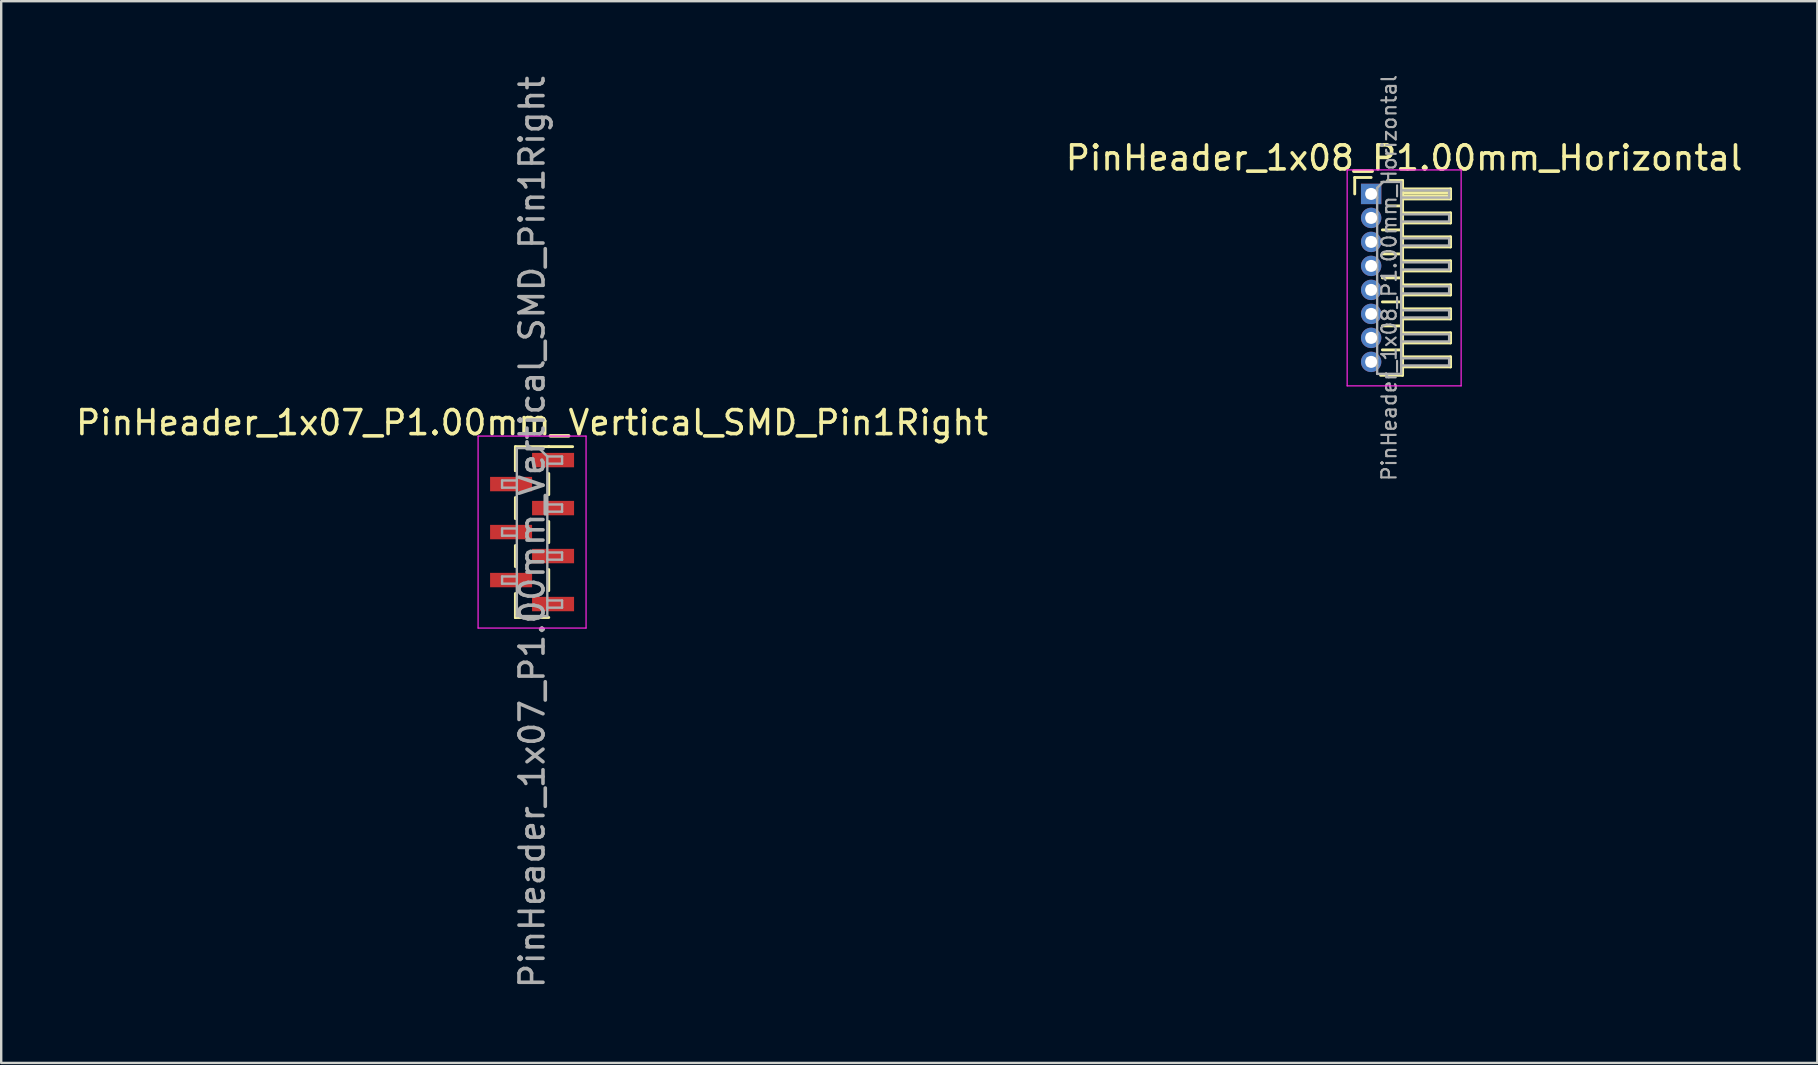
<source format=kicad_pcb>
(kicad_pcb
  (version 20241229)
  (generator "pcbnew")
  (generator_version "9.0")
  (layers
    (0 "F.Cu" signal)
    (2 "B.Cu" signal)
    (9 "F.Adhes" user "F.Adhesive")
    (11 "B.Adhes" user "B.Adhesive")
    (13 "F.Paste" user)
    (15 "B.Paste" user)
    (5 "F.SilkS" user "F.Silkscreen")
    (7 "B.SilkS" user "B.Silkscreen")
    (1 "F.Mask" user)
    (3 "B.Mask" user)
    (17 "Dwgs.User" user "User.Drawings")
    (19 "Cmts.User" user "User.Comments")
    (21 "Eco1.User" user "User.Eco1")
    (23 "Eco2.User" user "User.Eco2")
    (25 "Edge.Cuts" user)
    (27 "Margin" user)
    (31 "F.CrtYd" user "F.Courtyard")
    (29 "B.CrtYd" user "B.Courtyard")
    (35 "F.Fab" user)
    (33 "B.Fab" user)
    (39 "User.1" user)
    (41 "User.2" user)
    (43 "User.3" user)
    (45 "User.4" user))
  (footprint "PinHeader_1x07_P1.00mm_Vertical_SMD_Pin1Right"
    (layer "F.Cu")
    (at 19.125 19.125)
    (property "Reference" "PinHeader_1x07_P1.00mm_Vertical_SMD_Pin1Right" (at 0 -4.56 0) (layer "F.SilkS") (effects (font (size 1 1) (thickness 0.15))))
    (attr smd)
    (fp_line (start -0.695 -3.56) (end -0.695 -2.56) (stroke (width 0.12) (type solid)) (layer "F.SilkS"))
    (fp_line (start -0.695 -3.56) (end 0.695 -3.56) (stroke (width 0.12) (type solid)) (layer "F.SilkS"))
    (fp_line (start -0.695 -3.44) (end -0.695 -2.56) (stroke (width 0.12) (type solid)) (layer "F.SilkS"))
    (fp_line (start -0.695 -1.44) (end -0.695 -0.56) (stroke (width 0.12) (type solid)) (layer "F.SilkS"))
    (fp_line (start -0.695 0.56) (end -0.695 1.44) (stroke (width 0.12) (type solid)) (layer "F.SilkS"))
    (fp_line (start -0.695 2.56) (end -0.695 3.56) (stroke (width 0.12) (type solid)) (layer "F.SilkS"))
    (fp_line (start -0.695 3.56) (end -0.695 3.56) (stroke (width 0.12) (type solid)) (layer "F.SilkS"))
    (fp_line (start -0.695 3.56) (end 0.695 3.56) (stroke (width 0.12) (type solid)) (layer "F.SilkS"))
    (fp_line (start 0.695 -3.56) (end 0.695 -3.56) (stroke (width 0.12) (type solid)) (layer "F.SilkS"))
    (fp_line (start 0.695 -3.56) (end 1.69 -3.56) (stroke (width 0.12) (type solid)) (layer "F.SilkS"))
    (fp_line (start 0.695 -2.44) (end 0.695 -1.56) (stroke (width 0.12) (type solid)) (layer "F.SilkS"))
    (fp_line (start 0.695 -0.44) (end 0.695 0.44) (stroke (width 0.12) (type solid)) (layer "F.SilkS"))
    (fp_line (start 0.695 1.56) (end 0.695 2.44) (stroke (width 0.12) (type solid)) (layer "F.SilkS"))
    (fp_line (start -2.25 -4) (end -2.25 4) (stroke (width 0.05) (type solid)) (layer "F.CrtYd"))
    (fp_line (start -2.25 4) (end 2.25 4) (stroke (width 0.05) (type solid)) (layer "F.CrtYd"))
    (fp_line (start 2.25 -4) (end -2.25 -4) (stroke (width 0.05) (type solid)) (layer "F.CrtYd"))
    (fp_line (start 2.25 4) (end 2.25 -4) (stroke (width 0.05) (type solid)) (layer "F.CrtYd"))
    (fp_line (start -1.25 -2.15) (end -1.25 -1.85) (stroke (width 0.1) (type solid)) (layer "F.Fab"))
    (fp_line (start -1.25 -1.85) (end -0.635 -1.85) (stroke (width 0.1) (type solid)) (layer "F.Fab"))
    (fp_line (start -1.25 -0.15) (end -1.25 0.15) (stroke (width 0.1) (type solid)) (layer "F.Fab"))
    (fp_line (start -1.25 0.15) (end -0.635 0.15) (stroke (width 0.1) (type solid)) (layer "F.Fab"))
    (fp_line (start -1.25 1.85) (end -1.25 2.15) (stroke (width 0.1) (type solid)) (layer "F.Fab"))
    (fp_line (start -1.25 2.15) (end -0.635 2.15) (stroke (width 0.1) (type solid)) (layer "F.Fab"))
    (fp_line (start -0.635 -3.5) (end -0.635 3.5) (stroke (width 0.1) (type solid)) (layer "F.Fab"))
    (fp_line (start -0.635 -3.5) (end 0.285 -3.5) (stroke (width 0.1) (type solid)) (layer "F.Fab"))
    (fp_line (start -0.635 -2.15) (end -1.25 -2.15) (stroke (width 0.1) (type solid)) (layer "F.Fab"))
    (fp_line (start -0.635 -0.15) (end -1.25 -0.15) (stroke (width 0.1) (type solid)) (layer "F.Fab"))
    (fp_line (start -0.635 1.85) (end -1.25 1.85) (stroke (width 0.1) (type solid)) (layer "F.Fab"))
    (fp_line (start 0.635 -3.15) (end 0.285 -3.5) (stroke (width 0.1) (type solid)) (layer "F.Fab"))
    (fp_line (start 0.635 -3.15) (end 1.25 -3.15) (stroke (width 0.1) (type solid)) (layer "F.Fab"))
    (fp_line (start 0.635 -1.15) (end 1.25 -1.15) (stroke (width 0.1) (type solid)) (layer "F.Fab"))
    (fp_line (start 0.635 0.85) (end 1.25 0.85) (stroke (width 0.1) (type solid)) (layer "F.Fab"))
    (fp_line (start 0.635 2.85) (end 1.25 2.85) (stroke (width 0.1) (type solid)) (layer "F.Fab"))
    (fp_line (start 0.635 3.5) (end -0.635 3.5) (stroke (width 0.1) (type solid)) (layer "F.Fab"))
    (fp_line (start 0.635 3.5) (end 0.635 -3.15) (stroke (width 0.1) (type solid)) (layer "F.Fab"))
    (fp_line (start 1.25 -3.15) (end 1.25 -2.85) (stroke (width 0.1) (type solid)) (layer "F.Fab"))
    (fp_line (start 1.25 -2.85) (end 0.635 -2.85) (stroke (width 0.1) (type solid)) (layer "F.Fab"))
    (fp_line (start 1.25 -1.15) (end 1.25 -0.85) (stroke (width 0.1) (type solid)) (layer "F.Fab"))
    (fp_line (start 1.25 -0.85) (end 0.635 -0.85) (stroke (width 0.1) (type solid)) (layer "F.Fab"))
    (fp_line (start 1.25 0.85) (end 1.25 1.15) (stroke (width 0.1) (type solid)) (layer "F.Fab"))
    (fp_line (start 1.25 1.15) (end 0.635 1.15) (stroke (width 0.1) (type solid)) (layer "F.Fab"))
    (fp_line (start 1.25 2.85) (end 1.25 3.15) (stroke (width 0.1) (type solid)) (layer "F.Fab"))
    (fp_line (start 1.25 3.15) (end 0.635 3.15) (stroke (width 0.1) (type solid)) (layer "F.Fab"))
    (fp_text user "${REFERENCE}" (at 0 0 90) (layer "F.Fab") (effects (font (size 1 1) (thickness 0.15))))
    (pad "1" smd rect (at 0.875 -3) (size 1.75 0.6) (layers "F.Cu" "F.Mask" "F.Paste"))
    (pad "2" smd rect (at -0.875 -2) (size 1.75 0.6) (layers "F.Cu" "F.Mask" "F.Paste"))
    (pad "3" smd rect (at 0.875 -1) (size 1.75 0.6) (layers "F.Cu" "F.Mask" "F.Paste"))
    (pad "4" smd rect (at -0.875 0) (size 1.75 0.6) (layers "F.Cu" "F.Mask" "F.Paste"))
    (pad "5" smd rect (at 0.875 1) (size 1.75 0.6) (layers "F.Cu" "F.Mask" "F.Paste"))
    (pad "6" smd rect (at -0.875 2) (size 1.75 0.6) (layers "F.Cu" "F.Mask" "F.Paste"))
    (pad "7" smd rect (at 0.875 3) (size 1.75 0.6) (layers "F.Cu" "F.Mask" "F.Paste")))
  (footprint "PinHeader_1x08_P1.00mm_Horizontal"
    (layer "F.Cu")
    (at 54.095 5.032)
    (property "Reference" "PinHeader_1x08_P1.00mm_Horizontal" (at 1.375 -1.5 0) (layer "F.SilkS") (effects (font (size 1 1) (thickness 0.15))))
    (attr through_hole)
    (fp_line (start -0.685 -0.685) (end 0 -0.685) (stroke (width 0.12) (type solid)) (layer "F.SilkS"))
    (fp_line (start -0.685 0) (end -0.685 -0.685) (stroke (width 0.12) (type solid)) (layer "F.SilkS"))
    (fp_line (start 0.468 1.5) (end 1.31 1.5) (stroke (width 0.12) (type solid)) (layer "F.SilkS"))
    (fp_line (start 0.468 2.5) (end 1.31 2.5) (stroke (width 0.12) (type solid)) (layer "F.SilkS"))
    (fp_line (start 0.468 3.5) (end 1.31 3.5) (stroke (width 0.12) (type solid)) (layer "F.SilkS"))
    (fp_line (start 0.468 4.5) (end 1.31 4.5) (stroke (width 0.12) (type solid)) (layer "F.SilkS"))
    (fp_line (start 0.468 5.5) (end 1.31 5.5) (stroke (width 0.12) (type solid)) (layer "F.SilkS"))
    (fp_line (start 0.468 6.5) (end 1.31 6.5) (stroke (width 0.12) (type solid)) (layer "F.SilkS"))
    (fp_line (start 0.685 -0.56) (end 1.31 -0.56) (stroke (width 0.12) (type solid)) (layer "F.SilkS"))
    (fp_line (start 0.685 0.5) (end 1.31 0.5) (stroke (width 0.12) (type solid)) (layer "F.SilkS"))
    (fp_line (start 1.31 -0.56) (end 1.31 7.56) (stroke (width 0.12) (type solid)) (layer "F.SilkS"))
    (fp_line (start 1.31 -0.21) (end 3.31 -0.21) (stroke (width 0.12) (type solid)) (layer "F.SilkS"))
    (fp_line (start 1.31 -0.15) (end 3.31 -0.15) (stroke (width 0.12) (type solid)) (layer "F.SilkS"))
    (fp_line (start 1.31 -0.03) (end 3.31 -0.03) (stroke (width 0.12) (type solid)) (layer "F.SilkS"))
    (fp_line (start 1.31 0.09) (end 3.31 0.09) (stroke (width 0.12) (type solid)) (layer "F.SilkS"))
    (fp_line (start 1.31 0.79) (end 3.31 0.79) (stroke (width 0.12) (type solid)) (layer "F.SilkS"))
    (fp_line (start 1.31 1.79) (end 3.31 1.79) (stroke (width 0.12) (type solid)) (layer "F.SilkS"))
    (fp_line (start 1.31 2.79) (end 3.31 2.79) (stroke (width 0.12) (type solid)) (layer "F.SilkS"))
    (fp_line (start 1.31 3.79) (end 3.31 3.79) (stroke (width 0.12) (type solid)) (layer "F.SilkS"))
    (fp_line (start 1.31 4.79) (end 3.31 4.79) (stroke (width 0.12) (type solid)) (layer "F.SilkS"))
    (fp_line (start 1.31 5.79) (end 3.31 5.79) (stroke (width 0.12) (type solid)) (layer "F.SilkS"))
    (fp_line (start 1.31 6.79) (end 3.31 6.79) (stroke (width 0.12) (type solid)) (layer "F.SilkS"))
    (fp_line (start 1.31 7.56) (end 0.394 7.56) (stroke (width 0.12) (type solid)) (layer "F.SilkS"))
    (fp_line (start 3.31 -0.21) (end 3.31 0.21) (stroke (width 0.12) (type solid)) (layer "F.SilkS"))
    (fp_line (start 3.31 0.21) (end 1.31 0.21) (stroke (width 0.12) (type solid)) (layer "F.SilkS"))
    (fp_line (start 3.31 0.79) (end 3.31 1.21) (stroke (width 0.12) (type solid)) (layer "F.SilkS"))
    (fp_line (start 3.31 1.21) (end 1.31 1.21) (stroke (width 0.12) (type solid)) (layer "F.SilkS"))
    (fp_line (start 3.31 1.79) (end 3.31 2.21) (stroke (width 0.12) (type solid)) (layer "F.SilkS"))
    (fp_line (start 3.31 2.21) (end 1.31 2.21) (stroke (width 0.12) (type solid)) (layer "F.SilkS"))
    (fp_line (start 3.31 2.79) (end 3.31 3.21) (stroke (width 0.12) (type solid)) (layer "F.SilkS"))
    (fp_line (start 3.31 3.21) (end 1.31 3.21) (stroke (width 0.12) (type solid)) (layer "F.SilkS"))
    (fp_line (start 3.31 3.79) (end 3.31 4.21) (stroke (width 0.12) (type solid)) (layer "F.SilkS"))
    (fp_line (start 3.31 4.21) (end 1.31 4.21) (stroke (width 0.12) (type solid)) (layer "F.SilkS"))
    (fp_line (start 3.31 4.79) (end 3.31 5.21) (stroke (width 0.12) (type solid)) (layer "F.SilkS"))
    (fp_line (start 3.31 5.21) (end 1.31 5.21) (stroke (width 0.12) (type solid)) (layer "F.SilkS"))
    (fp_line (start 3.31 5.79) (end 3.31 6.21) (stroke (width 0.12) (type solid)) (layer "F.SilkS"))
    (fp_line (start 3.31 6.21) (end 1.31 6.21) (stroke (width 0.12) (type solid)) (layer "F.SilkS"))
    (fp_line (start 3.31 6.79) (end 3.31 7.21) (stroke (width 0.12) (type solid)) (layer "F.SilkS"))
    (fp_line (start 3.31 7.21) (end 1.31 7.21) (stroke (width 0.12) (type solid)) (layer "F.SilkS"))
    (fp_line (start -1 -1) (end -1 8) (stroke (width 0.05) (type solid)) (layer "F.CrtYd"))
    (fp_line (start -1 8) (end 3.75 8) (stroke (width 0.05) (type solid)) (layer "F.CrtYd"))
    (fp_line (start 3.75 -1) (end -1 -1) (stroke (width 0.05) (type solid)) (layer "F.CrtYd"))
    (fp_line (start 3.75 8) (end 3.75 -1) (stroke (width 0.05) (type solid)) (layer "F.CrtYd"))
    (fp_line (start -0.15 -0.15) (end -0.15 0.15) (stroke (width 0.1) (type solid)) (layer "F.Fab"))
    (fp_line (start -0.15 -0.15) (end 0.25 -0.15) (stroke (width 0.1) (type solid)) (layer "F.Fab"))
    (fp_line (start -0.15 0.15) (end 0.25 0.15) (stroke (width 0.1) (type solid)) (layer "F.Fab"))
    (fp_line (start -0.15 0.85) (end -0.15 1.15) (stroke (width 0.1) (type solid)) (layer "F.Fab"))
    (fp_line (start -0.15 0.85) (end 0.25 0.85) (stroke (width 0.1) (type solid)) (layer "F.Fab"))
    (fp_line (start -0.15 1.15) (end 0.25 1.15) (stroke (width 0.1) (type solid)) (layer "F.Fab"))
    (fp_line (start -0.15 1.85) (end -0.15 2.15) (stroke (width 0.1) (type solid)) (layer "F.Fab"))
    (fp_line (start -0.15 1.85) (end 0.25 1.85) (stroke (width 0.1) (type solid)) (layer "F.Fab"))
    (fp_line (start -0.15 2.15) (end 0.25 2.15) (stroke (width 0.1) (type solid)) (layer "F.Fab"))
    (fp_line (start -0.15 2.85) (end -0.15 3.15) (stroke (width 0.1) (type solid)) (layer "F.Fab"))
    (fp_line (start -0.15 2.85) (end 0.25 2.85) (stroke (width 0.1) (type solid)) (layer "F.Fab"))
    (fp_line (start -0.15 3.15) (end 0.25 3.15) (stroke (width 0.1) (type solid)) (layer "F.Fab"))
    (fp_line (start -0.15 3.85) (end -0.15 4.15) (stroke (width 0.1) (type solid)) (layer "F.Fab"))
    (fp_line (start -0.15 3.85) (end 0.25 3.85) (stroke (width 0.1) (type solid)) (layer "F.Fab"))
    (fp_line (start -0.15 4.15) (end 0.25 4.15) (stroke (width 0.1) (type solid)) (layer "F.Fab"))
    (fp_line (start -0.15 4.85) (end -0.15 5.15) (stroke (width 0.1) (type solid)) (layer "F.Fab"))
    (fp_line (start -0.15 4.85) (end 0.25 4.85) (stroke (width 0.1) (type solid)) (layer "F.Fab"))
    (fp_line (start -0.15 5.15) (end 0.25 5.15) (stroke (width 0.1) (type solid)) (layer "F.Fab"))
    (fp_line (start -0.15 5.85) (end -0.15 6.15) (stroke (width 0.1) (type solid)) (layer "F.Fab"))
    (fp_line (start -0.15 5.85) (end 0.25 5.85) (stroke (width 0.1) (type solid)) (layer "F.Fab"))
    (fp_line (start -0.15 6.15) (end 0.25 6.15) (stroke (width 0.1) (type solid)) (layer "F.Fab"))
    (fp_line (start -0.15 6.85) (end -0.15 7.15) (stroke (width 0.1) (type solid)) (layer "F.Fab"))
    (fp_line (start -0.15 6.85) (end 0.25 6.85) (stroke (width 0.1) (type solid)) (layer "F.Fab"))
    (fp_line (start -0.15 7.15) (end 0.25 7.15) (stroke (width 0.1) (type solid)) (layer "F.Fab"))
    (fp_line (start 0.25 -0.25) (end 0.5 -0.5) (stroke (width 0.1) (type solid)) (layer "F.Fab"))
    (fp_line (start 0.25 7.5) (end 0.25 -0.25) (stroke (width 0.1) (type solid)) (layer "F.Fab"))
    (fp_line (start 0.5 -0.5) (end 1.25 -0.5) (stroke (width 0.1) (type solid)) (layer "F.Fab"))
    (fp_line (start 1.25 -0.5) (end 1.25 7.5) (stroke (width 0.1) (type solid)) (layer "F.Fab"))
    (fp_line (start 1.25 -0.15) (end 3.25 -0.15) (stroke (width 0.1) (type solid)) (layer "F.Fab"))
    (fp_line (start 1.25 0.15) (end 3.25 0.15) (stroke (width 0.1) (type solid)) (layer "F.Fab"))
    (fp_line (start 1.25 0.85) (end 3.25 0.85) (stroke (width 0.1) (type solid)) (layer "F.Fab"))
    (fp_line (start 1.25 1.15) (end 3.25 1.15) (stroke (width 0.1) (type solid)) (layer "F.Fab"))
    (fp_line (start 1.25 1.85) (end 3.25 1.85) (stroke (width 0.1) (type solid)) (layer "F.Fab"))
    (fp_line (start 1.25 2.15) (end 3.25 2.15) (stroke (width 0.1) (type solid)) (layer "F.Fab"))
    (fp_line (start 1.25 2.85) (end 3.25 2.85) (stroke (width 0.1) (type solid)) (layer "F.Fab"))
    (fp_line (start 1.25 3.15) (end 3.25 3.15) (stroke (width 0.1) (type solid)) (layer "F.Fab"))
    (fp_line (start 1.25 3.85) (end 3.25 3.85) (stroke (width 0.1) (type solid)) (layer "F.Fab"))
    (fp_line (start 1.25 4.15) (end 3.25 4.15) (stroke (width 0.1) (type solid)) (layer "F.Fab"))
    (fp_line (start 1.25 4.85) (end 3.25 4.85) (stroke (width 0.1) (type solid)) (layer "F.Fab"))
    (fp_line (start 1.25 5.15) (end 3.25 5.15) (stroke (width 0.1) (type solid)) (layer "F.Fab"))
    (fp_line (start 1.25 5.85) (end 3.25 5.85) (stroke (width 0.1) (type solid)) (layer "F.Fab"))
    (fp_line (start 1.25 6.15) (end 3.25 6.15) (stroke (width 0.1) (type solid)) (layer "F.Fab"))
    (fp_line (start 1.25 6.85) (end 3.25 6.85) (stroke (width 0.1) (type solid)) (layer "F.Fab"))
    (fp_line (start 1.25 7.15) (end 3.25 7.15) (stroke (width 0.1) (type solid)) (layer "F.Fab"))
    (fp_line (start 1.25 7.5) (end 0.25 7.5) (stroke (width 0.1) (type solid)) (layer "F.Fab"))
    (fp_line (start 3.25 -0.15) (end 3.25 0.15) (stroke (width 0.1) (type solid)) (layer "F.Fab"))
    (fp_line (start 3.25 0.85) (end 3.25 1.15) (stroke (width 0.1) (type solid)) (layer "F.Fab"))
    (fp_line (start 3.25 1.85) (end 3.25 2.15) (stroke (width 0.1) (type solid)) (layer "F.Fab"))
    (fp_line (start 3.25 2.85) (end 3.25 3.15) (stroke (width 0.1) (type solid)) (layer "F.Fab"))
    (fp_line (start 3.25 3.85) (end 3.25 4.15) (stroke (width 0.1) (type solid)) (layer "F.Fab"))
    (fp_line (start 3.25 4.85) (end 3.25 5.15) (stroke (width 0.1) (type solid)) (layer "F.Fab"))
    (fp_line (start 3.25 5.85) (end 3.25 6.15) (stroke (width 0.1) (type solid)) (layer "F.Fab"))
    (fp_line (start 3.25 6.85) (end 3.25 7.15) (stroke (width 0.1) (type solid)) (layer "F.Fab"))
    (fp_text user "${REFERENCE}" (at 0.75 3.5 90) (layer "F.Fab") (effects (font (size 0.6 0.6) (thickness 0.09))))
    (pad "1" thru_hole rect (at 0 0) (size 0.85 0.85) (drill 0.5) (layers "*.Cu" "*.Mask"))
    (pad "2" thru_hole oval (at 0 1) (size 0.85 0.85) (drill 0.5) (layers "*.Cu" "*.Mask"))
    (pad "3" thru_hole oval (at 0 2) (size 0.85 0.85) (drill 0.5) (layers "*.Cu" "*.Mask"))
    (pad "4" thru_hole oval (at 0 3) (size 0.85 0.85) (drill 0.5) (layers "*.Cu" "*.Mask"))
    (pad "5" thru_hole oval (at 0 4) (size 0.85 0.85) (drill 0.5) (layers "*.Cu" "*.Mask"))
    (pad "6" thru_hole oval (at 0 5) (size 0.85 0.85) (drill 0.5) (layers "*.Cu" "*.Mask"))
    (pad "7" thru_hole oval (at 0 6) (size 0.85 0.85) (drill 0.5) (layers "*.Cu" "*.Mask"))
    (pad "8" thru_hole oval (at 0 7) (size 0.85 0.85) (drill 0.5) (layers "*.Cu" "*.Mask")))
  (gr_rect
    (start -3 -3)
    (end 72.69 41.25)
    (stroke (width 0.1) (type default))
    (fill no)
    (layer "Edge.Cuts")))
</source>
